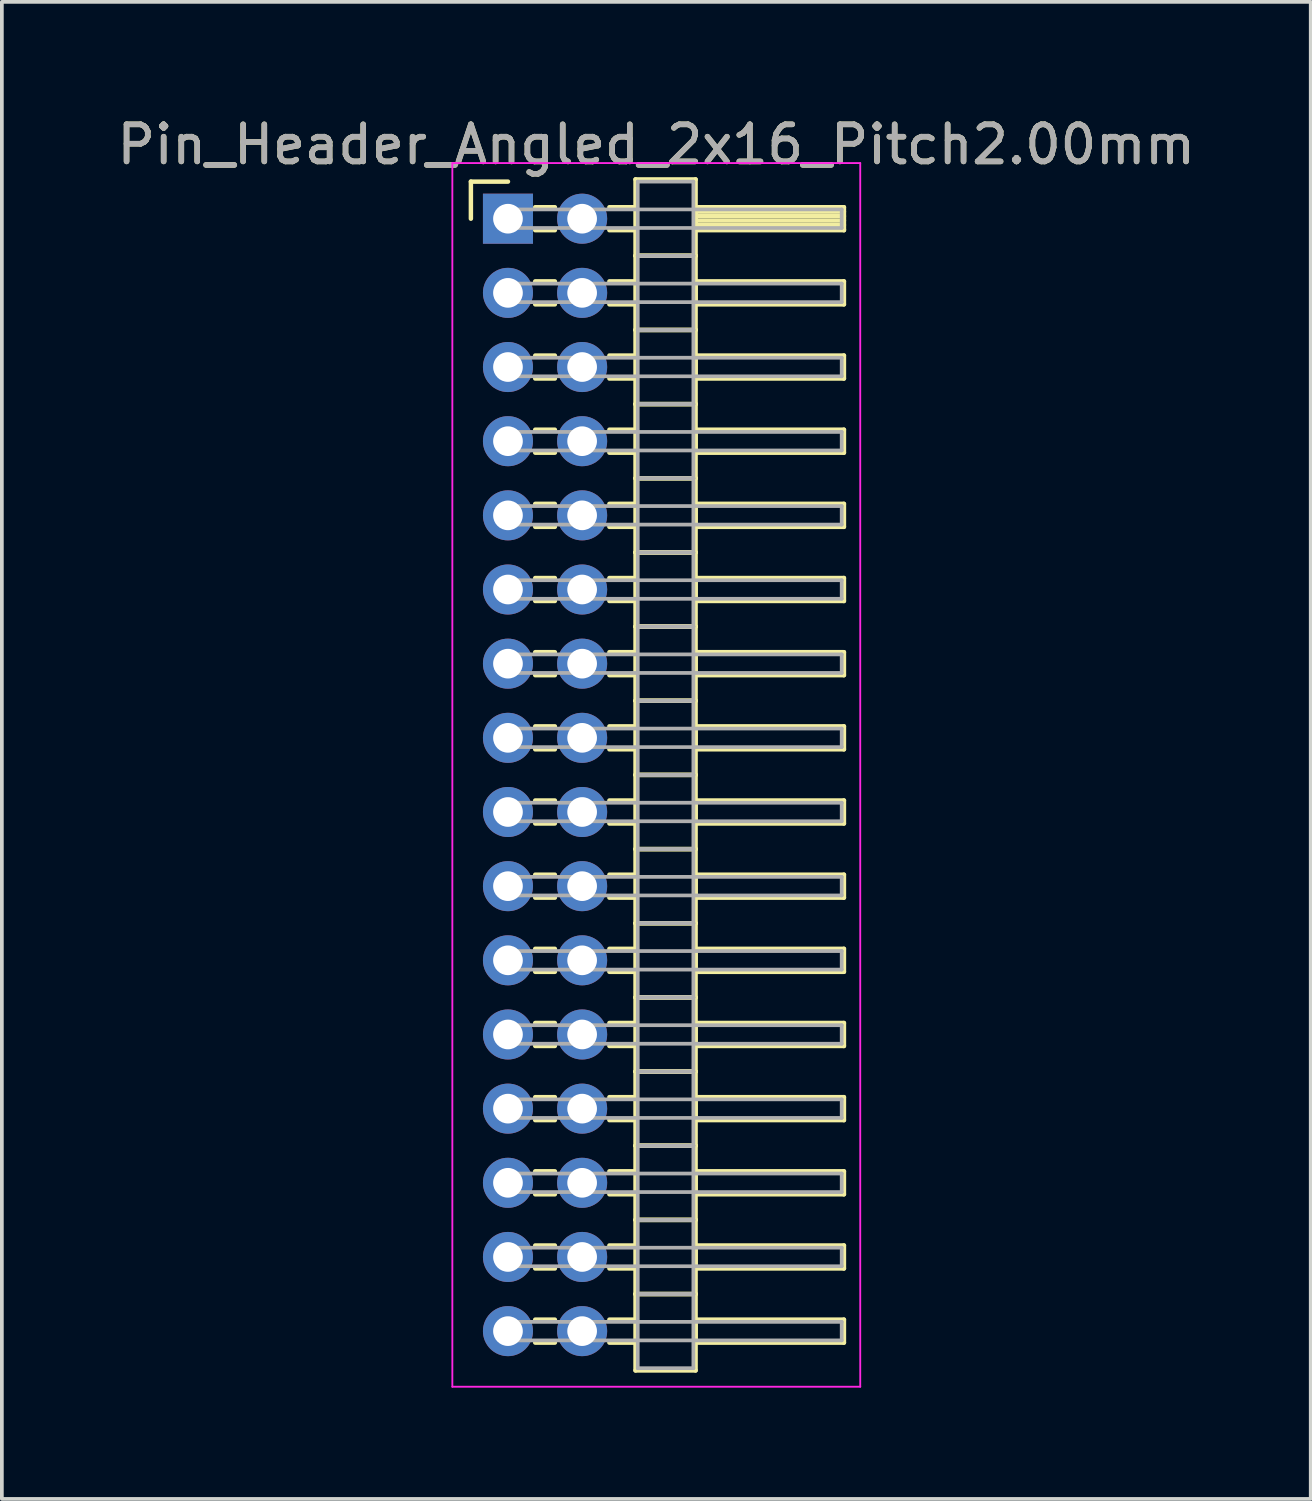
<source format=kicad_pcb>
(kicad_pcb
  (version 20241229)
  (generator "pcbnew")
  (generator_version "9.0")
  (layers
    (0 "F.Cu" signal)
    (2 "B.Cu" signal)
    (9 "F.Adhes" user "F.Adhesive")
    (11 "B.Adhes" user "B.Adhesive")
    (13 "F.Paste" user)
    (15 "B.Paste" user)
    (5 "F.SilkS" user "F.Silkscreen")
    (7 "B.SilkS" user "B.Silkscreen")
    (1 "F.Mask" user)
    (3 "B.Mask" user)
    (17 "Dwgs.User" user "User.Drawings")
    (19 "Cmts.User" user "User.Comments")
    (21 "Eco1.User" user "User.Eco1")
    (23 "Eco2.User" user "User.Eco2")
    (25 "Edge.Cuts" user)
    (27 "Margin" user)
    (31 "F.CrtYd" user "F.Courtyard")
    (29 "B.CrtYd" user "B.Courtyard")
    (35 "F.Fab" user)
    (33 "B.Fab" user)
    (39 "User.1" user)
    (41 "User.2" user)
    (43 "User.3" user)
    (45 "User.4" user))
  (footprint "Pin_Header_Angled_2x16_Pitch2.00mm"
    (layer "F.Cu")
    (at 10.649 2.848)
    (property "Reference" "Pin_Header_Angled_2x16_Pitch2.00mm" (at 4 -2 0) (layer "F.SilkS") (effects (font (size 1 1) (thickness 0.15))))
    (attr through_hole)
    (fp_line (start -1 -1) (end 0 -1) (stroke (width 0.12) (type solid)) (layer "F.SilkS"))
    (fp_line (start -1 0) (end -1 -1) (stroke (width 0.12) (type solid)) (layer "F.SilkS"))
    (fp_line (start 0.735 -0.31) (end 1.265 -0.31) (stroke (width 0.12) (type solid)) (layer "F.SilkS"))
    (fp_line (start 0.735 0.31) (end 1.265 0.31) (stroke (width 0.12) (type solid)) (layer "F.SilkS"))
    (fp_line (start 0.735 1.69) (end 1.265 1.69) (stroke (width 0.12) (type solid)) (layer "F.SilkS"))
    (fp_line (start 0.735 2.31) (end 1.265 2.31) (stroke (width 0.12) (type solid)) (layer "F.SilkS"))
    (fp_line (start 0.735 3.69) (end 1.265 3.69) (stroke (width 0.12) (type solid)) (layer "F.SilkS"))
    (fp_line (start 0.735 4.31) (end 1.265 4.31) (stroke (width 0.12) (type solid)) (layer "F.SilkS"))
    (fp_line (start 0.735 5.69) (end 1.265 5.69) (stroke (width 0.12) (type solid)) (layer "F.SilkS"))
    (fp_line (start 0.735 6.31) (end 1.265 6.31) (stroke (width 0.12) (type solid)) (layer "F.SilkS"))
    (fp_line (start 0.735 7.69) (end 1.265 7.69) (stroke (width 0.12) (type solid)) (layer "F.SilkS"))
    (fp_line (start 0.735 8.31) (end 1.265 8.31) (stroke (width 0.12) (type solid)) (layer "F.SilkS"))
    (fp_line (start 0.735 9.69) (end 1.265 9.69) (stroke (width 0.12) (type solid)) (layer "F.SilkS"))
    (fp_line (start 0.735 10.31) (end 1.265 10.31) (stroke (width 0.12) (type solid)) (layer "F.SilkS"))
    (fp_line (start 0.735 11.69) (end 1.265 11.69) (stroke (width 0.12) (type solid)) (layer "F.SilkS"))
    (fp_line (start 0.735 12.31) (end 1.265 12.31) (stroke (width 0.12) (type solid)) (layer "F.SilkS"))
    (fp_line (start 0.735 13.69) (end 1.265 13.69) (stroke (width 0.12) (type solid)) (layer "F.SilkS"))
    (fp_line (start 0.735 14.31) (end 1.265 14.31) (stroke (width 0.12) (type solid)) (layer "F.SilkS"))
    (fp_line (start 0.735 15.69) (end 1.265 15.69) (stroke (width 0.12) (type solid)) (layer "F.SilkS"))
    (fp_line (start 0.735 16.31) (end 1.265 16.31) (stroke (width 0.12) (type solid)) (layer "F.SilkS"))
    (fp_line (start 0.735 17.69) (end 1.265 17.69) (stroke (width 0.12) (type solid)) (layer "F.SilkS"))
    (fp_line (start 0.735 18.31) (end 1.265 18.31) (stroke (width 0.12) (type solid)) (layer "F.SilkS"))
    (fp_line (start 0.735 19.69) (end 1.265 19.69) (stroke (width 0.12) (type solid)) (layer "F.SilkS"))
    (fp_line (start 0.735 20.31) (end 1.265 20.31) (stroke (width 0.12) (type solid)) (layer "F.SilkS"))
    (fp_line (start 0.735 21.69) (end 1.265 21.69) (stroke (width 0.12) (type solid)) (layer "F.SilkS"))
    (fp_line (start 0.735 22.31) (end 1.265 22.31) (stroke (width 0.12) (type solid)) (layer "F.SilkS"))
    (fp_line (start 0.735 23.69) (end 1.265 23.69) (stroke (width 0.12) (type solid)) (layer "F.SilkS"))
    (fp_line (start 0.735 24.31) (end 1.265 24.31) (stroke (width 0.12) (type solid)) (layer "F.SilkS"))
    (fp_line (start 0.735 25.69) (end 1.265 25.69) (stroke (width 0.12) (type solid)) (layer "F.SilkS"))
    (fp_line (start 0.735 26.31) (end 1.265 26.31) (stroke (width 0.12) (type solid)) (layer "F.SilkS"))
    (fp_line (start 0.735 27.69) (end 1.265 27.69) (stroke (width 0.12) (type solid)) (layer "F.SilkS"))
    (fp_line (start 0.735 28.31) (end 1.265 28.31) (stroke (width 0.12) (type solid)) (layer "F.SilkS"))
    (fp_line (start 0.735 29.69) (end 1.265 29.69) (stroke (width 0.12) (type solid)) (layer "F.SilkS"))
    (fp_line (start 0.735 30.31) (end 1.265 30.31) (stroke (width 0.12) (type solid)) (layer "F.SilkS"))
    (fp_line (start 2.735 -0.31) (end 3.44 -0.31) (stroke (width 0.12) (type solid)) (layer "F.SilkS"))
    (fp_line (start 2.735 0.31) (end 3.44 0.31) (stroke (width 0.12) (type solid)) (layer "F.SilkS"))
    (fp_line (start 2.735 1.69) (end 3.44 1.69) (stroke (width 0.12) (type solid)) (layer "F.SilkS"))
    (fp_line (start 2.735 2.31) (end 3.44 2.31) (stroke (width 0.12) (type solid)) (layer "F.SilkS"))
    (fp_line (start 2.735 3.69) (end 3.44 3.69) (stroke (width 0.12) (type solid)) (layer "F.SilkS"))
    (fp_line (start 2.735 4.31) (end 3.44 4.31) (stroke (width 0.12) (type solid)) (layer "F.SilkS"))
    (fp_line (start 2.735 5.69) (end 3.44 5.69) (stroke (width 0.12) (type solid)) (layer "F.SilkS"))
    (fp_line (start 2.735 6.31) (end 3.44 6.31) (stroke (width 0.12) (type solid)) (layer "F.SilkS"))
    (fp_line (start 2.735 7.69) (end 3.44 7.69) (stroke (width 0.12) (type solid)) (layer "F.SilkS"))
    (fp_line (start 2.735 8.31) (end 3.44 8.31) (stroke (width 0.12) (type solid)) (layer "F.SilkS"))
    (fp_line (start 2.735 9.69) (end 3.44 9.69) (stroke (width 0.12) (type solid)) (layer "F.SilkS"))
    (fp_line (start 2.735 10.31) (end 3.44 10.31) (stroke (width 0.12) (type solid)) (layer "F.SilkS"))
    (fp_line (start 2.735 11.69) (end 3.44 11.69) (stroke (width 0.12) (type solid)) (layer "F.SilkS"))
    (fp_line (start 2.735 12.31) (end 3.44 12.31) (stroke (width 0.12) (type solid)) (layer "F.SilkS"))
    (fp_line (start 2.735 13.69) (end 3.44 13.69) (stroke (width 0.12) (type solid)) (layer "F.SilkS"))
    (fp_line (start 2.735 14.31) (end 3.44 14.31) (stroke (width 0.12) (type solid)) (layer "F.SilkS"))
    (fp_line (start 2.735 15.69) (end 3.44 15.69) (stroke (width 0.12) (type solid)) (layer "F.SilkS"))
    (fp_line (start 2.735 16.31) (end 3.44 16.31) (stroke (width 0.12) (type solid)) (layer "F.SilkS"))
    (fp_line (start 2.735 17.69) (end 3.44 17.69) (stroke (width 0.12) (type solid)) (layer "F.SilkS"))
    (fp_line (start 2.735 18.31) (end 3.44 18.31) (stroke (width 0.12) (type solid)) (layer "F.SilkS"))
    (fp_line (start 2.735 19.69) (end 3.44 19.69) (stroke (width 0.12) (type solid)) (layer "F.SilkS"))
    (fp_line (start 2.735 20.31) (end 3.44 20.31) (stroke (width 0.12) (type solid)) (layer "F.SilkS"))
    (fp_line (start 2.735 21.69) (end 3.44 21.69) (stroke (width 0.12) (type solid)) (layer "F.SilkS"))
    (fp_line (start 2.735 22.31) (end 3.44 22.31) (stroke (width 0.12) (type solid)) (layer "F.SilkS"))
    (fp_line (start 2.735 23.69) (end 3.44 23.69) (stroke (width 0.12) (type solid)) (layer "F.SilkS"))
    (fp_line (start 2.735 24.31) (end 3.44 24.31) (stroke (width 0.12) (type solid)) (layer "F.SilkS"))
    (fp_line (start 2.735 25.69) (end 3.44 25.69) (stroke (width 0.12) (type solid)) (layer "F.SilkS"))
    (fp_line (start 2.735 26.31) (end 3.44 26.31) (stroke (width 0.12) (type solid)) (layer "F.SilkS"))
    (fp_line (start 2.735 27.69) (end 3.44 27.69) (stroke (width 0.12) (type solid)) (layer "F.SilkS"))
    (fp_line (start 2.735 28.31) (end 3.44 28.31) (stroke (width 0.12) (type solid)) (layer "F.SilkS"))
    (fp_line (start 2.735 29.69) (end 3.44 29.69) (stroke (width 0.12) (type solid)) (layer "F.SilkS"))
    (fp_line (start 2.735 30.31) (end 3.44 30.31) (stroke (width 0.12) (type solid)) (layer "F.SilkS"))
    (fp_line (start 3.44 -1.06) (end 3.44 1) (stroke (width 0.12) (type solid)) (layer "F.SilkS"))
    (fp_line (start 3.44 1) (end 3.44 3) (stroke (width 0.12) (type solid)) (layer "F.SilkS"))
    (fp_line (start 3.44 1) (end 5.06 1) (stroke (width 0.12) (type solid)) (layer "F.SilkS"))
    (fp_line (start 3.44 3) (end 3.44 5) (stroke (width 0.12) (type solid)) (layer "F.SilkS"))
    (fp_line (start 3.44 3) (end 5.06 3) (stroke (width 0.12) (type solid)) (layer "F.SilkS"))
    (fp_line (start 3.44 5) (end 3.44 7) (stroke (width 0.12) (type solid)) (layer "F.SilkS"))
    (fp_line (start 3.44 5) (end 5.06 5) (stroke (width 0.12) (type solid)) (layer "F.SilkS"))
    (fp_line (start 3.44 7) (end 3.44 9) (stroke (width 0.12) (type solid)) (layer "F.SilkS"))
    (fp_line (start 3.44 7) (end 5.06 7) (stroke (width 0.12) (type solid)) (layer "F.SilkS"))
    (fp_line (start 3.44 9) (end 3.44 11) (stroke (width 0.12) (type solid)) (layer "F.SilkS"))
    (fp_line (start 3.44 9) (end 5.06 9) (stroke (width 0.12) (type solid)) (layer "F.SilkS"))
    (fp_line (start 3.44 11) (end 3.44 13) (stroke (width 0.12) (type solid)) (layer "F.SilkS"))
    (fp_line (start 3.44 11) (end 5.06 11) (stroke (width 0.12) (type solid)) (layer "F.SilkS"))
    (fp_line (start 3.44 13) (end 3.44 15) (stroke (width 0.12) (type solid)) (layer "F.SilkS"))
    (fp_line (start 3.44 13) (end 5.06 13) (stroke (width 0.12) (type solid)) (layer "F.SilkS"))
    (fp_line (start 3.44 15) (end 3.44 17) (stroke (width 0.12) (type solid)) (layer "F.SilkS"))
    (fp_line (start 3.44 15) (end 5.06 15) (stroke (width 0.12) (type solid)) (layer "F.SilkS"))
    (fp_line (start 3.44 17) (end 3.44 19) (stroke (width 0.12) (type solid)) (layer "F.SilkS"))
    (fp_line (start 3.44 17) (end 5.06 17) (stroke (width 0.12) (type solid)) (layer "F.SilkS"))
    (fp_line (start 3.44 19) (end 3.44 21) (stroke (width 0.12) (type solid)) (layer "F.SilkS"))
    (fp_line (start 3.44 19) (end 5.06 19) (stroke (width 0.12) (type solid)) (layer "F.SilkS"))
    (fp_line (start 3.44 21) (end 3.44 23) (stroke (width 0.12) (type solid)) (layer "F.SilkS"))
    (fp_line (start 3.44 21) (end 5.06 21) (stroke (width 0.12) (type solid)) (layer "F.SilkS"))
    (fp_line (start 3.44 23) (end 3.44 25) (stroke (width 0.12) (type solid)) (layer "F.SilkS"))
    (fp_line (start 3.44 23) (end 5.06 23) (stroke (width 0.12) (type solid)) (layer "F.SilkS"))
    (fp_line (start 3.44 25) (end 3.44 27) (stroke (width 0.12) (type solid)) (layer "F.SilkS"))
    (fp_line (start 3.44 25) (end 5.06 25) (stroke (width 0.12) (type solid)) (layer "F.SilkS"))
    (fp_line (start 3.44 27) (end 3.44 29) (stroke (width 0.12) (type solid)) (layer "F.SilkS"))
    (fp_line (start 3.44 27) (end 5.06 27) (stroke (width 0.12) (type solid)) (layer "F.SilkS"))
    (fp_line (start 3.44 29) (end 3.44 31.06) (stroke (width 0.12) (type solid)) (layer "F.SilkS"))
    (fp_line (start 3.44 29) (end 5.06 29) (stroke (width 0.12) (type solid)) (layer "F.SilkS"))
    (fp_line (start 3.44 31.06) (end 5.06 31.06) (stroke (width 0.12) (type solid)) (layer "F.SilkS"))
    (fp_line (start 5.06 -1.06) (end 3.44 -1.06) (stroke (width 0.12) (type solid)) (layer "F.SilkS"))
    (fp_line (start 5.06 -0.31) (end 5.06 0.31) (stroke (width 0.12) (type solid)) (layer "F.SilkS"))
    (fp_line (start 5.06 -0.19) (end 9.06 -0.19) (stroke (width 0.12) (type solid)) (layer "F.SilkS"))
    (fp_line (start 5.06 -0.07) (end 9.06 -0.07) (stroke (width 0.12) (type solid)) (layer "F.SilkS"))
    (fp_line (start 5.06 0.05) (end 9.06 0.05) (stroke (width 0.12) (type solid)) (layer "F.SilkS"))
    (fp_line (start 5.06 0.17) (end 9.06 0.17) (stroke (width 0.12) (type solid)) (layer "F.SilkS"))
    (fp_line (start 5.06 0.29) (end 9.06 0.29) (stroke (width 0.12) (type solid)) (layer "F.SilkS"))
    (fp_line (start 5.06 0.31) (end 9.06 0.31) (stroke (width 0.12) (type solid)) (layer "F.SilkS"))
    (fp_line (start 5.06 1) (end 3.44 1) (stroke (width 0.12) (type solid)) (layer "F.SilkS"))
    (fp_line (start 5.06 1) (end 5.06 -1.06) (stroke (width 0.12) (type solid)) (layer "F.SilkS"))
    (fp_line (start 5.06 1.69) (end 5.06 2.31) (stroke (width 0.12) (type solid)) (layer "F.SilkS"))
    (fp_line (start 5.06 2.31) (end 9.06 2.31) (stroke (width 0.12) (type solid)) (layer "F.SilkS"))
    (fp_line (start 5.06 3) (end 3.44 3) (stroke (width 0.12) (type solid)) (layer "F.SilkS"))
    (fp_line (start 5.06 3) (end 5.06 1) (stroke (width 0.12) (type solid)) (layer "F.SilkS"))
    (fp_line (start 5.06 3.69) (end 5.06 4.31) (stroke (width 0.12) (type solid)) (layer "F.SilkS"))
    (fp_line (start 5.06 4.31) (end 9.06 4.31) (stroke (width 0.12) (type solid)) (layer "F.SilkS"))
    (fp_line (start 5.06 5) (end 3.44 5) (stroke (width 0.12) (type solid)) (layer "F.SilkS"))
    (fp_line (start 5.06 5) (end 5.06 3) (stroke (width 0.12) (type solid)) (layer "F.SilkS"))
    (fp_line (start 5.06 5.69) (end 5.06 6.31) (stroke (width 0.12) (type solid)) (layer "F.SilkS"))
    (fp_line (start 5.06 6.31) (end 9.06 6.31) (stroke (width 0.12) (type solid)) (layer "F.SilkS"))
    (fp_line (start 5.06 7) (end 3.44 7) (stroke (width 0.12) (type solid)) (layer "F.SilkS"))
    (fp_line (start 5.06 7) (end 5.06 5) (stroke (width 0.12) (type solid)) (layer "F.SilkS"))
    (fp_line (start 5.06 7.69) (end 5.06 8.31) (stroke (width 0.12) (type solid)) (layer "F.SilkS"))
    (fp_line (start 5.06 8.31) (end 9.06 8.31) (stroke (width 0.12) (type solid)) (layer "F.SilkS"))
    (fp_line (start 5.06 9) (end 3.44 9) (stroke (width 0.12) (type solid)) (layer "F.SilkS"))
    (fp_line (start 5.06 9) (end 5.06 7) (stroke (width 0.12) (type solid)) (layer "F.SilkS"))
    (fp_line (start 5.06 9.69) (end 5.06 10.31) (stroke (width 0.12) (type solid)) (layer "F.SilkS"))
    (fp_line (start 5.06 10.31) (end 9.06 10.31) (stroke (width 0.12) (type solid)) (layer "F.SilkS"))
    (fp_line (start 5.06 11) (end 3.44 11) (stroke (width 0.12) (type solid)) (layer "F.SilkS"))
    (fp_line (start 5.06 11) (end 5.06 9) (stroke (width 0.12) (type solid)) (layer "F.SilkS"))
    (fp_line (start 5.06 11.69) (end 5.06 12.31) (stroke (width 0.12) (type solid)) (layer "F.SilkS"))
    (fp_line (start 5.06 12.31) (end 9.06 12.31) (stroke (width 0.12) (type solid)) (layer "F.SilkS"))
    (fp_line (start 5.06 13) (end 3.44 13) (stroke (width 0.12) (type solid)) (layer "F.SilkS"))
    (fp_line (start 5.06 13) (end 5.06 11) (stroke (width 0.12) (type solid)) (layer "F.SilkS"))
    (fp_line (start 5.06 13.69) (end 5.06 14.31) (stroke (width 0.12) (type solid)) (layer "F.SilkS"))
    (fp_line (start 5.06 14.31) (end 9.06 14.31) (stroke (width 0.12) (type solid)) (layer "F.SilkS"))
    (fp_line (start 5.06 15) (end 3.44 15) (stroke (width 0.12) (type solid)) (layer "F.SilkS"))
    (fp_line (start 5.06 15) (end 5.06 13) (stroke (width 0.12) (type solid)) (layer "F.SilkS"))
    (fp_line (start 5.06 15.69) (end 5.06 16.31) (stroke (width 0.12) (type solid)) (layer "F.SilkS"))
    (fp_line (start 5.06 16.31) (end 9.06 16.31) (stroke (width 0.12) (type solid)) (layer "F.SilkS"))
    (fp_line (start 5.06 17) (end 3.44 17) (stroke (width 0.12) (type solid)) (layer "F.SilkS"))
    (fp_line (start 5.06 17) (end 5.06 15) (stroke (width 0.12) (type solid)) (layer "F.SilkS"))
    (fp_line (start 5.06 17.69) (end 5.06 18.31) (stroke (width 0.12) (type solid)) (layer "F.SilkS"))
    (fp_line (start 5.06 18.31) (end 9.06 18.31) (stroke (width 0.12) (type solid)) (layer "F.SilkS"))
    (fp_line (start 5.06 19) (end 3.44 19) (stroke (width 0.12) (type solid)) (layer "F.SilkS"))
    (fp_line (start 5.06 19) (end 5.06 17) (stroke (width 0.12) (type solid)) (layer "F.SilkS"))
    (fp_line (start 5.06 19.69) (end 5.06 20.31) (stroke (width 0.12) (type solid)) (layer "F.SilkS"))
    (fp_line (start 5.06 20.31) (end 9.06 20.31) (stroke (width 0.12) (type solid)) (layer "F.SilkS"))
    (fp_line (start 5.06 21) (end 3.44 21) (stroke (width 0.12) (type solid)) (layer "F.SilkS"))
    (fp_line (start 5.06 21) (end 5.06 19) (stroke (width 0.12) (type solid)) (layer "F.SilkS"))
    (fp_line (start 5.06 21.69) (end 5.06 22.31) (stroke (width 0.12) (type solid)) (layer "F.SilkS"))
    (fp_line (start 5.06 22.31) (end 9.06 22.31) (stroke (width 0.12) (type solid)) (layer "F.SilkS"))
    (fp_line (start 5.06 23) (end 3.44 23) (stroke (width 0.12) (type solid)) (layer "F.SilkS"))
    (fp_line (start 5.06 23) (end 5.06 21) (stroke (width 0.12) (type solid)) (layer "F.SilkS"))
    (fp_line (start 5.06 23.69) (end 5.06 24.31) (stroke (width 0.12) (type solid)) (layer "F.SilkS"))
    (fp_line (start 5.06 24.31) (end 9.06 24.31) (stroke (width 0.12) (type solid)) (layer "F.SilkS"))
    (fp_line (start 5.06 25) (end 3.44 25) (stroke (width 0.12) (type solid)) (layer "F.SilkS"))
    (fp_line (start 5.06 25) (end 5.06 23) (stroke (width 0.12) (type solid)) (layer "F.SilkS"))
    (fp_line (start 5.06 25.69) (end 5.06 26.31) (stroke (width 0.12) (type solid)) (layer "F.SilkS"))
    (fp_line (start 5.06 26.31) (end 9.06 26.31) (stroke (width 0.12) (type solid)) (layer "F.SilkS"))
    (fp_line (start 5.06 27) (end 3.44 27) (stroke (width 0.12) (type solid)) (layer "F.SilkS"))
    (fp_line (start 5.06 27) (end 5.06 25) (stroke (width 0.12) (type solid)) (layer "F.SilkS"))
    (fp_line (start 5.06 27.69) (end 5.06 28.31) (stroke (width 0.12) (type solid)) (layer "F.SilkS"))
    (fp_line (start 5.06 28.31) (end 9.06 28.31) (stroke (width 0.12) (type solid)) (layer "F.SilkS"))
    (fp_line (start 5.06 29) (end 3.44 29) (stroke (width 0.12) (type solid)) (layer "F.SilkS"))
    (fp_line (start 5.06 29) (end 5.06 27) (stroke (width 0.12) (type solid)) (layer "F.SilkS"))
    (fp_line (start 5.06 29.69) (end 5.06 30.31) (stroke (width 0.12) (type solid)) (layer "F.SilkS"))
    (fp_line (start 5.06 30.31) (end 9.06 30.31) (stroke (width 0.12) (type solid)) (layer "F.SilkS"))
    (fp_line (start 5.06 31.06) (end 5.06 29) (stroke (width 0.12) (type solid)) (layer "F.SilkS"))
    (fp_line (start 9.06 -0.31) (end 5.06 -0.31) (stroke (width 0.12) (type solid)) (layer "F.SilkS"))
    (fp_line (start 9.06 0.31) (end 9.06 -0.31) (stroke (width 0.12) (type solid)) (layer "F.SilkS"))
    (fp_line (start 9.06 1.69) (end 5.06 1.69) (stroke (width 0.12) (type solid)) (layer "F.SilkS"))
    (fp_line (start 9.06 2.31) (end 9.06 1.69) (stroke (width 0.12) (type solid)) (layer "F.SilkS"))
    (fp_line (start 9.06 3.69) (end 5.06 3.69) (stroke (width 0.12) (type solid)) (layer "F.SilkS"))
    (fp_line (start 9.06 4.31) (end 9.06 3.69) (stroke (width 0.12) (type solid)) (layer "F.SilkS"))
    (fp_line (start 9.06 5.69) (end 5.06 5.69) (stroke (width 0.12) (type solid)) (layer "F.SilkS"))
    (fp_line (start 9.06 6.31) (end 9.06 5.69) (stroke (width 0.12) (type solid)) (layer "F.SilkS"))
    (fp_line (start 9.06 7.69) (end 5.06 7.69) (stroke (width 0.12) (type solid)) (layer "F.SilkS"))
    (fp_line (start 9.06 8.31) (end 9.06 7.69) (stroke (width 0.12) (type solid)) (layer "F.SilkS"))
    (fp_line (start 9.06 9.69) (end 5.06 9.69) (stroke (width 0.12) (type solid)) (layer "F.SilkS"))
    (fp_line (start 9.06 10.31) (end 9.06 9.69) (stroke (width 0.12) (type solid)) (layer "F.SilkS"))
    (fp_line (start 9.06 11.69) (end 5.06 11.69) (stroke (width 0.12) (type solid)) (layer "F.SilkS"))
    (fp_line (start 9.06 12.31) (end 9.06 11.69) (stroke (width 0.12) (type solid)) (layer "F.SilkS"))
    (fp_line (start 9.06 13.69) (end 5.06 13.69) (stroke (width 0.12) (type solid)) (layer "F.SilkS"))
    (fp_line (start 9.06 14.31) (end 9.06 13.69) (stroke (width 0.12) (type solid)) (layer "F.SilkS"))
    (fp_line (start 9.06 15.69) (end 5.06 15.69) (stroke (width 0.12) (type solid)) (layer "F.SilkS"))
    (fp_line (start 9.06 16.31) (end 9.06 15.69) (stroke (width 0.12) (type solid)) (layer "F.SilkS"))
    (fp_line (start 9.06 17.69) (end 5.06 17.69) (stroke (width 0.12) (type solid)) (layer "F.SilkS"))
    (fp_line (start 9.06 18.31) (end 9.06 17.69) (stroke (width 0.12) (type solid)) (layer "F.SilkS"))
    (fp_line (start 9.06 19.69) (end 5.06 19.69) (stroke (width 0.12) (type solid)) (layer "F.SilkS"))
    (fp_line (start 9.06 20.31) (end 9.06 19.69) (stroke (width 0.12) (type solid)) (layer "F.SilkS"))
    (fp_line (start 9.06 21.69) (end 5.06 21.69) (stroke (width 0.12) (type solid)) (layer "F.SilkS"))
    (fp_line (start 9.06 22.31) (end 9.06 21.69) (stroke (width 0.12) (type solid)) (layer "F.SilkS"))
    (fp_line (start 9.06 23.69) (end 5.06 23.69) (stroke (width 0.12) (type solid)) (layer "F.SilkS"))
    (fp_line (start 9.06 24.31) (end 9.06 23.69) (stroke (width 0.12) (type solid)) (layer "F.SilkS"))
    (fp_line (start 9.06 25.69) (end 5.06 25.69) (stroke (width 0.12) (type solid)) (layer "F.SilkS"))
    (fp_line (start 9.06 26.31) (end 9.06 25.69) (stroke (width 0.12) (type solid)) (layer "F.SilkS"))
    (fp_line (start 9.06 27.69) (end 5.06 27.69) (stroke (width 0.12) (type solid)) (layer "F.SilkS"))
    (fp_line (start 9.06 28.31) (end 9.06 27.69) (stroke (width 0.12) (type solid)) (layer "F.SilkS"))
    (fp_line (start 9.06 29.69) (end 5.06 29.69) (stroke (width 0.12) (type solid)) (layer "F.SilkS"))
    (fp_line (start 9.06 30.31) (end 9.06 29.69) (stroke (width 0.12) (type solid)) (layer "F.SilkS"))
    (fp_line (start -1.5 -1.5) (end -1.5 31.5) (stroke (width 0.05) (type solid)) (layer "F.CrtYd"))
    (fp_line (start -1.5 31.5) (end 9.5 31.5) (stroke (width 0.05) (type solid)) (layer "F.CrtYd"))
    (fp_line (start 9.5 -1.5) (end -1.5 -1.5) (stroke (width 0.05) (type solid)) (layer "F.CrtYd"))
    (fp_line (start 9.5 31.5) (end 9.5 -1.5) (stroke (width 0.05) (type solid)) (layer "F.CrtYd"))
    (fp_line (start 0 -0.25) (end 0 0.25) (stroke (width 0.1) (type solid)) (layer "F.Fab"))
    (fp_line (start 0 0.25) (end 9 0.25) (stroke (width 0.1) (type solid)) (layer "F.Fab"))
    (fp_line (start 0 1.75) (end 0 2.25) (stroke (width 0.1) (type solid)) (layer "F.Fab"))
    (fp_line (start 0 2.25) (end 9 2.25) (stroke (width 0.1) (type solid)) (layer "F.Fab"))
    (fp_line (start 0 3.75) (end 0 4.25) (stroke (width 0.1) (type solid)) (layer "F.Fab"))
    (fp_line (start 0 4.25) (end 9 4.25) (stroke (width 0.1) (type solid)) (layer "F.Fab"))
    (fp_line (start 0 5.75) (end 0 6.25) (stroke (width 0.1) (type solid)) (layer "F.Fab"))
    (fp_line (start 0 6.25) (end 9 6.25) (stroke (width 0.1) (type solid)) (layer "F.Fab"))
    (fp_line (start 0 7.75) (end 0 8.25) (stroke (width 0.1) (type solid)) (layer "F.Fab"))
    (fp_line (start 0 8.25) (end 9 8.25) (stroke (width 0.1) (type solid)) (layer "F.Fab"))
    (fp_line (start 0 9.75) (end 0 10.25) (stroke (width 0.1) (type solid)) (layer "F.Fab"))
    (fp_line (start 0 10.25) (end 9 10.25) (stroke (width 0.1) (type solid)) (layer "F.Fab"))
    (fp_line (start 0 11.75) (end 0 12.25) (stroke (width 0.1) (type solid)) (layer "F.Fab"))
    (fp_line (start 0 12.25) (end 9 12.25) (stroke (width 0.1) (type solid)) (layer "F.Fab"))
    (fp_line (start 0 13.75) (end 0 14.25) (stroke (width 0.1) (type solid)) (layer "F.Fab"))
    (fp_line (start 0 14.25) (end 9 14.25) (stroke (width 0.1) (type solid)) (layer "F.Fab"))
    (fp_line (start 0 15.75) (end 0 16.25) (stroke (width 0.1) (type solid)) (layer "F.Fab"))
    (fp_line (start 0 16.25) (end 9 16.25) (stroke (width 0.1) (type solid)) (layer "F.Fab"))
    (fp_line (start 0 17.75) (end 0 18.25) (stroke (width 0.1) (type solid)) (layer "F.Fab"))
    (fp_line (start 0 18.25) (end 9 18.25) (stroke (width 0.1) (type solid)) (layer "F.Fab"))
    (fp_line (start 0 19.75) (end 0 20.25) (stroke (width 0.1) (type solid)) (layer "F.Fab"))
    (fp_line (start 0 20.25) (end 9 20.25) (stroke (width 0.1) (type solid)) (layer "F.Fab"))
    (fp_line (start 0 21.75) (end 0 22.25) (stroke (width 0.1) (type solid)) (layer "F.Fab"))
    (fp_line (start 0 22.25) (end 9 22.25) (stroke (width 0.1) (type solid)) (layer "F.Fab"))
    (fp_line (start 0 23.75) (end 0 24.25) (stroke (width 0.1) (type solid)) (layer "F.Fab"))
    (fp_line (start 0 24.25) (end 9 24.25) (stroke (width 0.1) (type solid)) (layer "F.Fab"))
    (fp_line (start 0 25.75) (end 0 26.25) (stroke (width 0.1) (type solid)) (layer "F.Fab"))
    (fp_line (start 0 26.25) (end 9 26.25) (stroke (width 0.1) (type solid)) (layer "F.Fab"))
    (fp_line (start 0 27.75) (end 0 28.25) (stroke (width 0.1) (type solid)) (layer "F.Fab"))
    (fp_line (start 0 28.25) (end 9 28.25) (stroke (width 0.1) (type solid)) (layer "F.Fab"))
    (fp_line (start 0 29.75) (end 0 30.25) (stroke (width 0.1) (type solid)) (layer "F.Fab"))
    (fp_line (start 0 30.25) (end 9 30.25) (stroke (width 0.1) (type solid)) (layer "F.Fab"))
    (fp_line (start 3.5 -1) (end 3.5 1) (stroke (width 0.1) (type solid)) (layer "F.Fab"))
    (fp_line (start 3.5 1) (end 3.5 3) (stroke (width 0.1) (type solid)) (layer "F.Fab"))
    (fp_line (start 3.5 1) (end 5 1) (stroke (width 0.1) (type solid)) (layer "F.Fab"))
    (fp_line (start 3.5 3) (end 3.5 5) (stroke (width 0.1) (type solid)) (layer "F.Fab"))
    (fp_line (start 3.5 3) (end 5 3) (stroke (width 0.1) (type solid)) (layer "F.Fab"))
    (fp_line (start 3.5 5) (end 3.5 7) (stroke (width 0.1) (type solid)) (layer "F.Fab"))
    (fp_line (start 3.5 5) (end 5 5) (stroke (width 0.1) (type solid)) (layer "F.Fab"))
    (fp_line (start 3.5 7) (end 3.5 9) (stroke (width 0.1) (type solid)) (layer "F.Fab"))
    (fp_line (start 3.5 7) (end 5 7) (stroke (width 0.1) (type solid)) (layer "F.Fab"))
    (fp_line (start 3.5 9) (end 3.5 11) (stroke (width 0.1) (type solid)) (layer "F.Fab"))
    (fp_line (start 3.5 9) (end 5 9) (stroke (width 0.1) (type solid)) (layer "F.Fab"))
    (fp_line (start 3.5 11) (end 3.5 13) (stroke (width 0.1) (type solid)) (layer "F.Fab"))
    (fp_line (start 3.5 11) (end 5 11) (stroke (width 0.1) (type solid)) (layer "F.Fab"))
    (fp_line (start 3.5 13) (end 3.5 15) (stroke (width 0.1) (type solid)) (layer "F.Fab"))
    (fp_line (start 3.5 13) (end 5 13) (stroke (width 0.1) (type solid)) (layer "F.Fab"))
    (fp_line (start 3.5 15) (end 3.5 17) (stroke (width 0.1) (type solid)) (layer "F.Fab"))
    (fp_line (start 3.5 15) (end 5 15) (stroke (width 0.1) (type solid)) (layer "F.Fab"))
    (fp_line (start 3.5 17) (end 3.5 19) (stroke (width 0.1) (type solid)) (layer "F.Fab"))
    (fp_line (start 3.5 17) (end 5 17) (stroke (width 0.1) (type solid)) (layer "F.Fab"))
    (fp_line (start 3.5 19) (end 3.5 21) (stroke (width 0.1) (type solid)) (layer "F.Fab"))
    (fp_line (start 3.5 19) (end 5 19) (stroke (width 0.1) (type solid)) (layer "F.Fab"))
    (fp_line (start 3.5 21) (end 3.5 23) (stroke (width 0.1) (type solid)) (layer "F.Fab"))
    (fp_line (start 3.5 21) (end 5 21) (stroke (width 0.1) (type solid)) (layer "F.Fab"))
    (fp_line (start 3.5 23) (end 3.5 25) (stroke (width 0.1) (type solid)) (layer "F.Fab"))
    (fp_line (start 3.5 23) (end 5 23) (stroke (width 0.1) (type solid)) (layer "F.Fab"))
    (fp_line (start 3.5 25) (end 3.5 27) (stroke (width 0.1) (type solid)) (layer "F.Fab"))
    (fp_line (start 3.5 25) (end 5 25) (stroke (width 0.1) (type solid)) (layer "F.Fab"))
    (fp_line (start 3.5 27) (end 3.5 29) (stroke (width 0.1) (type solid)) (layer "F.Fab"))
    (fp_line (start 3.5 27) (end 5 27) (stroke (width 0.1) (type solid)) (layer "F.Fab"))
    (fp_line (start 3.5 29) (end 3.5 31) (stroke (width 0.1) (type solid)) (layer "F.Fab"))
    (fp_line (start 3.5 29) (end 5 29) (stroke (width 0.1) (type solid)) (layer "F.Fab"))
    (fp_line (start 3.5 31) (end 5 31) (stroke (width 0.1) (type solid)) (layer "F.Fab"))
    (fp_line (start 5 -1) (end 3.5 -1) (stroke (width 0.1) (type solid)) (layer "F.Fab"))
    (fp_line (start 5 1) (end 3.5 1) (stroke (width 0.1) (type solid)) (layer "F.Fab"))
    (fp_line (start 5 1) (end 5 -1) (stroke (width 0.1) (type solid)) (layer "F.Fab"))
    (fp_line (start 5 3) (end 3.5 3) (stroke (width 0.1) (type solid)) (layer "F.Fab"))
    (fp_line (start 5 3) (end 5 1) (stroke (width 0.1) (type solid)) (layer "F.Fab"))
    (fp_line (start 5 5) (end 3.5 5) (stroke (width 0.1) (type solid)) (layer "F.Fab"))
    (fp_line (start 5 5) (end 5 3) (stroke (width 0.1) (type solid)) (layer "F.Fab"))
    (fp_line (start 5 7) (end 3.5 7) (stroke (width 0.1) (type solid)) (layer "F.Fab"))
    (fp_line (start 5 7) (end 5 5) (stroke (width 0.1) (type solid)) (layer "F.Fab"))
    (fp_line (start 5 9) (end 3.5 9) (stroke (width 0.1) (type solid)) (layer "F.Fab"))
    (fp_line (start 5 9) (end 5 7) (stroke (width 0.1) (type solid)) (layer "F.Fab"))
    (fp_line (start 5 11) (end 3.5 11) (stroke (width 0.1) (type solid)) (layer "F.Fab"))
    (fp_line (start 5 11) (end 5 9) (stroke (width 0.1) (type solid)) (layer "F.Fab"))
    (fp_line (start 5 13) (end 3.5 13) (stroke (width 0.1) (type solid)) (layer "F.Fab"))
    (fp_line (start 5 13) (end 5 11) (stroke (width 0.1) (type solid)) (layer "F.Fab"))
    (fp_line (start 5 15) (end 3.5 15) (stroke (width 0.1) (type solid)) (layer "F.Fab"))
    (fp_line (start 5 15) (end 5 13) (stroke (width 0.1) (type solid)) (layer "F.Fab"))
    (fp_line (start 5 17) (end 3.5 17) (stroke (width 0.1) (type solid)) (layer "F.Fab"))
    (fp_line (start 5 17) (end 5 15) (stroke (width 0.1) (type solid)) (layer "F.Fab"))
    (fp_line (start 5 19) (end 3.5 19) (stroke (width 0.1) (type solid)) (layer "F.Fab"))
    (fp_line (start 5 19) (end 5 17) (stroke (width 0.1) (type solid)) (layer "F.Fab"))
    (fp_line (start 5 21) (end 3.5 21) (stroke (width 0.1) (type solid)) (layer "F.Fab"))
    (fp_line (start 5 21) (end 5 19) (stroke (width 0.1) (type solid)) (layer "F.Fab"))
    (fp_line (start 5 23) (end 3.5 23) (stroke (width 0.1) (type solid)) (layer "F.Fab"))
    (fp_line (start 5 23) (end 5 21) (stroke (width 0.1) (type solid)) (layer "F.Fab"))
    (fp_line (start 5 25) (end 3.5 25) (stroke (width 0.1) (type solid)) (layer "F.Fab"))
    (fp_line (start 5 25) (end 5 23) (stroke (width 0.1) (type solid)) (layer "F.Fab"))
    (fp_line (start 5 27) (end 3.5 27) (stroke (width 0.1) (type solid)) (layer "F.Fab"))
    (fp_line (start 5 27) (end 5 25) (stroke (width 0.1) (type solid)) (layer "F.Fab"))
    (fp_line (start 5 29) (end 3.5 29) (stroke (width 0.1) (type solid)) (layer "F.Fab"))
    (fp_line (start 5 29) (end 5 27) (stroke (width 0.1) (type solid)) (layer "F.Fab"))
    (fp_line (start 5 31) (end 5 29) (stroke (width 0.1) (type solid)) (layer "F.Fab"))
    (fp_line (start 9 -0.25) (end 0 -0.25) (stroke (width 0.1) (type solid)) (layer "F.Fab"))
    (fp_line (start 9 0.25) (end 9 -0.25) (stroke (width 0.1) (type solid)) (layer "F.Fab"))
    (fp_line (start 9 1.75) (end 0 1.75) (stroke (width 0.1) (type solid)) (layer "F.Fab"))
    (fp_line (start 9 2.25) (end 9 1.75) (stroke (width 0.1) (type solid)) (layer "F.Fab"))
    (fp_line (start 9 3.75) (end 0 3.75) (stroke (width 0.1) (type solid)) (layer "F.Fab"))
    (fp_line (start 9 4.25) (end 9 3.75) (stroke (width 0.1) (type solid)) (layer "F.Fab"))
    (fp_line (start 9 5.75) (end 0 5.75) (stroke (width 0.1) (type solid)) (layer "F.Fab"))
    (fp_line (start 9 6.25) (end 9 5.75) (stroke (width 0.1) (type solid)) (layer "F.Fab"))
    (fp_line (start 9 7.75) (end 0 7.75) (stroke (width 0.1) (type solid)) (layer "F.Fab"))
    (fp_line (start 9 8.25) (end 9 7.75) (stroke (width 0.1) (type solid)) (layer "F.Fab"))
    (fp_line (start 9 9.75) (end 0 9.75) (stroke (width 0.1) (type solid)) (layer "F.Fab"))
    (fp_line (start 9 10.25) (end 9 9.75) (stroke (width 0.1) (type solid)) (layer "F.Fab"))
    (fp_line (start 9 11.75) (end 0 11.75) (stroke (width 0.1) (type solid)) (layer "F.Fab"))
    (fp_line (start 9 12.25) (end 9 11.75) (stroke (width 0.1) (type solid)) (layer "F.Fab"))
    (fp_line (start 9 13.75) (end 0 13.75) (stroke (width 0.1) (type solid)) (layer "F.Fab"))
    (fp_line (start 9 14.25) (end 9 13.75) (stroke (width 0.1) (type solid)) (layer "F.Fab"))
    (fp_line (start 9 15.75) (end 0 15.75) (stroke (width 0.1) (type solid)) (layer "F.Fab"))
    (fp_line (start 9 16.25) (end 9 15.75) (stroke (width 0.1) (type solid)) (layer "F.Fab"))
    (fp_line (start 9 17.75) (end 0 17.75) (stroke (width 0.1) (type solid)) (layer "F.Fab"))
    (fp_line (start 9 18.25) (end 9 17.75) (stroke (width 0.1) (type solid)) (layer "F.Fab"))
    (fp_line (start 9 19.75) (end 0 19.75) (stroke (width 0.1) (type solid)) (layer "F.Fab"))
    (fp_line (start 9 20.25) (end 9 19.75) (stroke (width 0.1) (type solid)) (layer "F.Fab"))
    (fp_line (start 9 21.75) (end 0 21.75) (stroke (width 0.1) (type solid)) (layer "F.Fab"))
    (fp_line (start 9 22.25) (end 9 21.75) (stroke (width 0.1) (type solid)) (layer "F.Fab"))
    (fp_line (start 9 23.75) (end 0 23.75) (stroke (width 0.1) (type solid)) (layer "F.Fab"))
    (fp_line (start 9 24.25) (end 9 23.75) (stroke (width 0.1) (type solid)) (layer "F.Fab"))
    (fp_line (start 9 25.75) (end 0 25.75) (stroke (width 0.1) (type solid)) (layer "F.Fab"))
    (fp_line (start 9 26.25) (end 9 25.75) (stroke (width 0.1) (type solid)) (layer "F.Fab"))
    (fp_line (start 9 27.75) (end 0 27.75) (stroke (width 0.1) (type solid)) (layer "F.Fab"))
    (fp_line (start 9 28.25) (end 9 27.75) (stroke (width 0.1) (type solid)) (layer "F.Fab"))
    (fp_line (start 9 29.75) (end 0 29.75) (stroke (width 0.1) (type solid)) (layer "F.Fab"))
    (fp_line (start 9 30.25) (end 9 29.75) (stroke (width 0.1) (type solid)) (layer "F.Fab"))
    (fp_text user "${REFERENCE}" (at 4 -2 0) (layer "F.Fab") (effects (font (size 1 1) (thickness 0.15))))
    (pad "1" thru_hole rect (at 0 0) (size 1.35 1.35) (drill 0.8) (layers "*.Cu" "*.Mask"))
    (pad "2" thru_hole oval (at 2 0) (size 1.35 1.35) (drill 0.8) (layers "*.Cu" "*.Mask"))
    (pad "3" thru_hole oval (at 0 2) (size 1.35 1.35) (drill 0.8) (layers "*.Cu" "*.Mask"))
    (pad "4" thru_hole oval (at 2 2) (size 1.35 1.35) (drill 0.8) (layers "*.Cu" "*.Mask"))
    (pad "5" thru_hole oval (at 0 4) (size 1.35 1.35) (drill 0.8) (layers "*.Cu" "*.Mask"))
    (pad "6" thru_hole oval (at 2 4) (size 1.35 1.35) (drill 0.8) (layers "*.Cu" "*.Mask"))
    (pad "7" thru_hole oval (at 0 6) (size 1.35 1.35) (drill 0.8) (layers "*.Cu" "*.Mask"))
    (pad "8" thru_hole oval (at 2 6) (size 1.35 1.35) (drill 0.8) (layers "*.Cu" "*.Mask"))
    (pad "9" thru_hole oval (at 0 8) (size 1.35 1.35) (drill 0.8) (layers "*.Cu" "*.Mask"))
    (pad "10" thru_hole oval (at 2 8) (size 1.35 1.35) (drill 0.8) (layers "*.Cu" "*.Mask"))
    (pad "11" thru_hole oval (at 0 10) (size 1.35 1.35) (drill 0.8) (layers "*.Cu" "*.Mask"))
    (pad "12" thru_hole oval (at 2 10) (size 1.35 1.35) (drill 0.8) (layers "*.Cu" "*.Mask"))
    (pad "13" thru_hole oval (at 0 12) (size 1.35 1.35) (drill 0.8) (layers "*.Cu" "*.Mask"))
    (pad "14" thru_hole oval (at 2 12) (size 1.35 1.35) (drill 0.8) (layers "*.Cu" "*.Mask"))
    (pad "15" thru_hole oval (at 0 14) (size 1.35 1.35) (drill 0.8) (layers "*.Cu" "*.Mask"))
    (pad "16" thru_hole oval (at 2 14) (size 1.35 1.35) (drill 0.8) (layers "*.Cu" "*.Mask"))
    (pad "17" thru_hole oval (at 0 16) (size 1.35 1.35) (drill 0.8) (layers "*.Cu" "*.Mask"))
    (pad "18" thru_hole oval (at 2 16) (size 1.35 1.35) (drill 0.8) (layers "*.Cu" "*.Mask"))
    (pad "19" thru_hole oval (at 0 18) (size 1.35 1.35) (drill 0.8) (layers "*.Cu" "*.Mask"))
    (pad "20" thru_hole oval (at 2 18) (size 1.35 1.35) (drill 0.8) (layers "*.Cu" "*.Mask"))
    (pad "21" thru_hole oval (at 0 20) (size 1.35 1.35) (drill 0.8) (layers "*.Cu" "*.Mask"))
    (pad "22" thru_hole oval (at 2 20) (size 1.35 1.35) (drill 0.8) (layers "*.Cu" "*.Mask"))
    (pad "23" thru_hole oval (at 0 22) (size 1.35 1.35) (drill 0.8) (layers "*.Cu" "*.Mask"))
    (pad "24" thru_hole oval (at 2 22) (size 1.35 1.35) (drill 0.8) (layers "*.Cu" "*.Mask"))
    (pad "25" thru_hole oval (at 0 24) (size 1.35 1.35) (drill 0.8) (layers "*.Cu" "*.Mask"))
    (pad "26" thru_hole oval (at 2 24) (size 1.35 1.35) (drill 0.8) (layers "*.Cu" "*.Mask"))
    (pad "27" thru_hole oval (at 0 26) (size 1.35 1.35) (drill 0.8) (layers "*.Cu" "*.Mask"))
    (pad "28" thru_hole oval (at 2 26) (size 1.35 1.35) (drill 0.8) (layers "*.Cu" "*.Mask"))
    (pad "29" thru_hole oval (at 0 28) (size 1.35 1.35) (drill 0.8) (layers "*.Cu" "*.Mask"))
    (pad "30" thru_hole oval (at 2 28) (size 1.35 1.35) (drill 0.8) (layers "*.Cu" "*.Mask"))
    (pad "31" thru_hole oval (at 0 30) (size 1.35 1.35) (drill 0.8) (layers "*.Cu" "*.Mask"))
    (pad "32" thru_hole oval (at 2 30) (size 1.35 1.35) (drill 0.8) (layers "*.Cu" "*.Mask")))
  (gr_rect
    (start -3 -3)
    (end 32.298 37.373)
    (stroke (width 0.1) (type default))
    (fill no)
    (layer "Edge.Cuts")))
</source>
